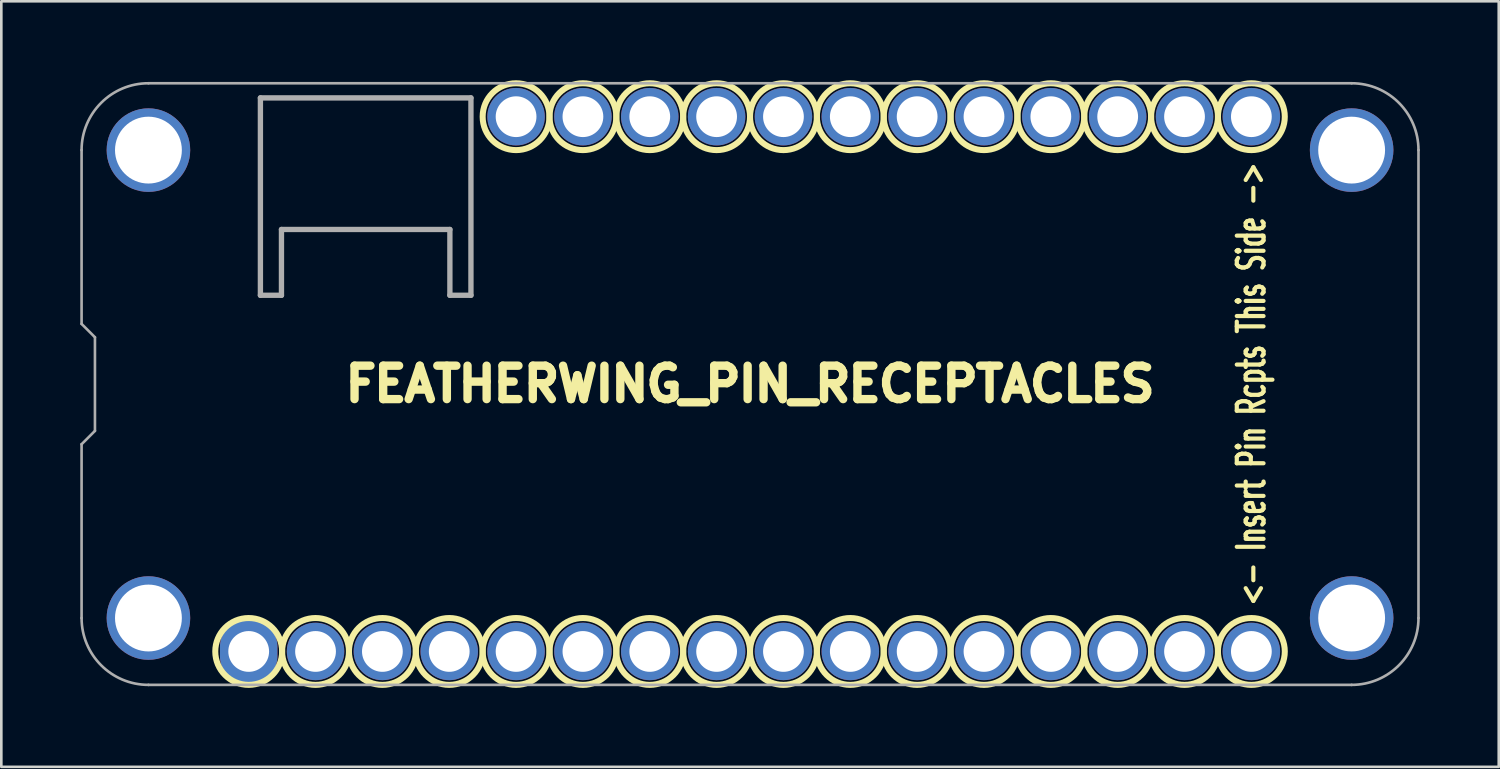
<source format=kicad_pcb>
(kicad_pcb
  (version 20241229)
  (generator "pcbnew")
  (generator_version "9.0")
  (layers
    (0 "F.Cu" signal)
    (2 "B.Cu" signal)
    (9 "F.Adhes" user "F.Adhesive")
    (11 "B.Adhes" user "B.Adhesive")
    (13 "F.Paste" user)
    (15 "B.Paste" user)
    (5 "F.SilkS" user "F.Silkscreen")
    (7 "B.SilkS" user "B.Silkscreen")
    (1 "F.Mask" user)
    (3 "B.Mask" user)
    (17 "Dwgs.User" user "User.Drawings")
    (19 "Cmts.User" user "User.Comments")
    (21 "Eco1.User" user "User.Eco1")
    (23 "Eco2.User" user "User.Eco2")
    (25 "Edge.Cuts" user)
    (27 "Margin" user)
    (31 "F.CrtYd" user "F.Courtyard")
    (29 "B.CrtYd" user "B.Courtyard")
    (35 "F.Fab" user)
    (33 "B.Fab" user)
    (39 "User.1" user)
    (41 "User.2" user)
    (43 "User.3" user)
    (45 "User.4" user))
  (footprint "FEATHERWING_PIN_RECEPTACLES"
    (layer "F.Cu")
    (at 25.45 11.544)
    (property "Reference" "FEATHERWING_PIN_RECEPTACLES" (at 0 0 0) (layer "F.SilkS") (effects (font (size 1.27 1.27) (thickness 0.318))))
    (fp_circle (center -19.05 10.16) (end -17.78 10.16) (stroke (width 0.229) (type solid)) (fill no) (layer "F.SilkS"))
    (fp_circle (center -16.51 10.16) (end -15.24 10.16) (stroke (width 0.229) (type solid)) (fill no) (layer "F.SilkS"))
    (fp_circle (center -13.97 10.16) (end -12.7 10.16) (stroke (width 0.229) (type solid)) (fill no) (layer "F.SilkS"))
    (fp_circle (center -11.43 10.16) (end -10.16 10.16) (stroke (width 0.229) (type solid)) (fill no) (layer "F.SilkS"))
    (fp_circle (center -8.89 -10.16) (end -7.62 -10.16) (stroke (width 0.229) (type solid)) (fill no) (layer "F.SilkS"))
    (fp_circle (center -8.89 10.16) (end -7.62 10.16) (stroke (width 0.229) (type solid)) (fill no) (layer "F.SilkS"))
    (fp_circle (center -6.35 -10.16) (end -5.08 -10.16) (stroke (width 0.229) (type solid)) (fill no) (layer "F.SilkS"))
    (fp_circle (center -6.35 10.16) (end -5.08 10.16) (stroke (width 0.229) (type solid)) (fill no) (layer "F.SilkS"))
    (fp_circle (center -3.81 -10.16) (end -2.54 -10.16) (stroke (width 0.229) (type solid)) (fill no) (layer "F.SilkS"))
    (fp_circle (center -3.81 10.16) (end -2.54 10.16) (stroke (width 0.229) (type solid)) (fill no) (layer "F.SilkS"))
    (fp_circle (center -1.27 -10.16) (end 0 -10.16) (stroke (width 0.229) (type solid)) (fill no) (layer "F.SilkS"))
    (fp_circle (center -1.27 10.16) (end 0 10.16) (stroke (width 0.229) (type solid)) (fill no) (layer "F.SilkS"))
    (fp_circle (center 1.27 -10.16) (end 2.54 -10.16) (stroke (width 0.229) (type solid)) (fill no) (layer "F.SilkS"))
    (fp_circle (center 1.27 10.16) (end 2.54 10.16) (stroke (width 0.229) (type solid)) (fill no) (layer "F.SilkS"))
    (fp_circle (center 3.81 -10.16) (end 5.08 -10.16) (stroke (width 0.229) (type solid)) (fill no) (layer "F.SilkS"))
    (fp_circle (center 3.81 10.16) (end 5.08 10.16) (stroke (width 0.229) (type solid)) (fill no) (layer "F.SilkS"))
    (fp_circle (center 6.35 -10.16) (end 7.62 -10.16) (stroke (width 0.229) (type solid)) (fill no) (layer "F.SilkS"))
    (fp_circle (center 6.35 10.16) (end 7.62 10.16) (stroke (width 0.229) (type solid)) (fill no) (layer "F.SilkS"))
    (fp_circle (center 8.89 -10.16) (end 10.16 -10.16) (stroke (width 0.229) (type solid)) (fill no) (layer "F.SilkS"))
    (fp_circle (center 8.89 10.16) (end 10.16 10.16) (stroke (width 0.229) (type solid)) (fill no) (layer "F.SilkS"))
    (fp_circle (center 11.43 -10.16) (end 12.7 -10.16) (stroke (width 0.229) (type solid)) (fill no) (layer "F.SilkS"))
    (fp_circle (center 11.43 10.16) (end 12.7 10.16) (stroke (width 0.229) (type solid)) (fill no) (layer "F.SilkS"))
    (fp_circle (center 13.97 -10.16) (end 15.24 -10.16) (stroke (width 0.229) (type solid)) (fill no) (layer "F.SilkS"))
    (fp_circle (center 13.97 10.16) (end 15.24 10.16) (stroke (width 0.229) (type solid)) (fill no) (layer "F.SilkS"))
    (fp_circle (center 16.51 -10.16) (end 17.78 -10.16) (stroke (width 0.229) (type solid)) (fill no) (layer "F.SilkS"))
    (fp_circle (center 16.51 10.16) (end 17.78 10.16) (stroke (width 0.229) (type solid)) (fill no) (layer "F.SilkS"))
    (fp_circle (center 19.05 -10.16) (end 20.32 -10.16) (stroke (width 0.229) (type solid)) (fill no) (layer "F.SilkS"))
    (fp_circle (center 19.05 10.16) (end 20.32 10.16) (stroke (width 0.229) (type solid)) (fill no) (layer "F.SilkS"))
    (fp_line (start -25.4 -8.89) (end -25.4 -2.286) (stroke (width 0.1) (type solid)) (layer "F.Fab"))
    (fp_line (start -25.4 -2.286) (end -24.892 -1.778) (stroke (width 0.1) (type solid)) (layer "F.Fab"))
    (fp_line (start -25.4 2.286) (end -25.4 8.89) (stroke (width 0.1) (type solid)) (layer "F.Fab"))
    (fp_line (start -24.892 -1.778) (end -24.892 1.778) (stroke (width 0.1) (type solid)) (layer "F.Fab"))
    (fp_line (start -24.892 1.778) (end -25.4 2.286) (stroke (width 0.1) (type solid)) (layer "F.Fab"))
    (fp_line (start -22.86 11.43) (end 22.86 11.43) (stroke (width 0.1) (type solid)) (layer "F.Fab"))
    (fp_line (start -18.605 -10.874) (end -10.605 -10.874) (stroke (width 0.203) (type solid)) (layer "F.Fab"))
    (fp_line (start -18.605 -3.374) (end -18.605 -10.874) (stroke (width 0.203) (type solid)) (layer "F.Fab"))
    (fp_line (start -17.805 -5.874) (end -17.805 -3.374) (stroke (width 0.203) (type solid)) (layer "F.Fab"))
    (fp_line (start -17.805 -3.374) (end -18.605 -3.374) (stroke (width 0.203) (type solid)) (layer "F.Fab"))
    (fp_line (start -11.405 -5.874) (end -17.805 -5.874) (stroke (width 0.203) (type solid)) (layer "F.Fab"))
    (fp_line (start -11.405 -3.374) (end -11.405 -5.874) (stroke (width 0.203) (type solid)) (layer "F.Fab"))
    (fp_line (start -10.605 -10.874) (end -10.605 -3.374) (stroke (width 0.203) (type solid)) (layer "F.Fab"))
    (fp_line (start -10.605 -3.374) (end -11.405 -3.374) (stroke (width 0.203) (type solid)) (layer "F.Fab"))
    (fp_line (start 22.86 -11.43) (end -22.86 -11.43) (stroke (width 0.1) (type solid)) (layer "F.Fab"))
    (fp_line (start 25.4 8.89) (end 25.4 -8.89) (stroke (width 0.1) (type solid)) (layer "F.Fab"))
    (fp_arc (start -25.4 -8.89) (mid -24.656051 -10.686051) (end -22.86 -11.43) (stroke (width 0.1) (type solid)) (layer "F.Fab"))
    (fp_arc (start -22.86 11.43) (mid -24.656051 10.686051) (end -25.4 8.89) (stroke (width 0.1) (type solid)) (layer "F.Fab"))
    (fp_arc (start 22.86 -11.43) (mid 24.656051 -10.686051) (end 25.4 -8.89) (stroke (width 0.1) (type solid)) (layer "F.Fab"))
    (fp_arc (start 25.4 8.89) (mid 24.656051 10.686051) (end 22.86 11.43) (stroke (width 0.1) (type solid)) (layer "F.Fab"))
    (fp_text user "<- Insert Pin Rcpts This Side ->" (at 19.05 0 90) (layer "F.SilkS") (effects (font (size 1.016 0.635) (thickness 0.159))))
    (pad "" thru_hole circle (at -22.86 -8.89) (size 3.175 3.175) (drill 2.54) (layers "*.Cu" "*.Mask"))
    (pad "" thru_hole circle (at -22.86 8.89) (size 3.175 3.175) (drill 2.54) (layers "*.Cu" "*.Mask"))
    (pad "" thru_hole circle (at 22.86 -8.89) (size 3.175 3.175) (drill 2.54) (layers "*.Cu" "*.Mask"))
    (pad "" thru_hole circle (at 22.86 8.89) (size 3.175 3.175) (drill 2.54) (layers "*.Cu" "*.Mask"))
    (pad "1" thru_hole oval (at -19.05 10.16) (size 2.184 2.54) (drill 1.549) (layers "*.Cu" "*.Mask"))
    (pad "2" thru_hole circle (at -16.51 10.16) (size 2.184 2.184) (drill 1.549) (layers "*.Cu" "*.Mask"))
    (pad "3" thru_hole circle (at -13.97 10.16) (size 2.184 2.184) (drill 1.549) (layers "*.Cu" "*.Mask"))
    (pad "4" thru_hole circle (at -11.43 10.16) (size 2.184 2.184) (drill 1.549) (layers "*.Cu" "*.Mask"))
    (pad "5" thru_hole circle (at -8.89 10.16) (size 2.184 2.184) (drill 1.549) (layers "*.Cu" "*.Mask"))
    (pad "6" thru_hole circle (at -6.35 10.16) (size 2.184 2.184) (drill 1.549) (layers "*.Cu" "*.Mask"))
    (pad "7" thru_hole circle (at -3.81 10.16) (size 2.184 2.184) (drill 1.549) (layers "*.Cu" "*.Mask"))
    (pad "8" thru_hole circle (at -1.27 10.16) (size 2.184 2.184) (drill 1.549) (layers "*.Cu" "*.Mask"))
    (pad "9" thru_hole circle (at 1.27 10.16) (size 2.184 2.184) (drill 1.549) (layers "*.Cu" "*.Mask"))
    (pad "10" thru_hole circle (at 3.81 10.16) (size 2.184 2.184) (drill 1.549) (layers "*.Cu" "*.Mask"))
    (pad "11" thru_hole circle (at 6.35 10.16) (size 2.184 2.184) (drill 1.549) (layers "*.Cu" "*.Mask"))
    (pad "12" thru_hole circle (at 8.89 10.16) (size 2.184 2.184) (drill 1.549) (layers "*.Cu" "*.Mask"))
    (pad "13" thru_hole circle (at 11.43 10.16) (size 2.184 2.184) (drill 1.549) (layers "*.Cu" "*.Mask"))
    (pad "14" thru_hole circle (at 13.97 10.16) (size 2.184 2.184) (drill 1.549) (layers "*.Cu" "*.Mask"))
    (pad "15" thru_hole circle (at 16.51 10.16) (size 2.184 2.184) (drill 1.549) (layers "*.Cu" "*.Mask"))
    (pad "16" thru_hole circle (at 19.05 10.16) (size 2.184 2.184) (drill 1.549) (layers "*.Cu" "*.Mask"))
    (pad "17" thru_hole circle (at 19.05 -10.16) (size 2.184 2.184) (drill 1.549) (layers "*.Cu" "*.Mask"))
    (pad "18" thru_hole circle (at 16.51 -10.16) (size 2.184 2.184) (drill 1.549) (layers "*.Cu" "*.Mask"))
    (pad "19" thru_hole circle (at 13.97 -10.16) (size 2.184 2.184) (drill 1.549) (layers "*.Cu" "*.Mask"))
    (pad "20" thru_hole circle (at 11.43 -10.16) (size 2.184 2.184) (drill 1.549) (layers "*.Cu" "*.Mask"))
    (pad "21" thru_hole circle (at 8.89 -10.16) (size 2.184 2.184) (drill 1.549) (layers "*.Cu" "*.Mask"))
    (pad "22" thru_hole circle (at 6.35 -10.16) (size 2.184 2.184) (drill 1.549) (layers "*.Cu" "*.Mask"))
    (pad "23" thru_hole circle (at 3.81 -10.16) (size 2.184 2.184) (drill 1.549) (layers "*.Cu" "*.Mask"))
    (pad "24" thru_hole circle (at 1.27 -10.16) (size 2.184 2.184) (drill 1.549) (layers "*.Cu" "*.Mask"))
    (pad "25" thru_hole circle (at -1.27 -10.16) (size 2.184 2.184) (drill 1.549) (layers "*.Cu" "*.Mask"))
    (pad "26" thru_hole circle (at -3.81 -10.16) (size 2.184 2.184) (drill 1.549) (layers "*.Cu" "*.Mask"))
    (pad "27" thru_hole circle (at -6.35 -10.16) (size 2.184 2.184) (drill 1.549) (layers "*.Cu" "*.Mask"))
    (pad "28" thru_hole circle (at -8.89 -10.16) (size 2.184 2.184) (drill 1.549) (layers "*.Cu" "*.Mask")))
  (gr_rect
    (start -3 -3)
    (end 53.9 26.089)
    (stroke (width 0.1) (type default))
    (fill no)
    (layer "Edge.Cuts")))
</source>
